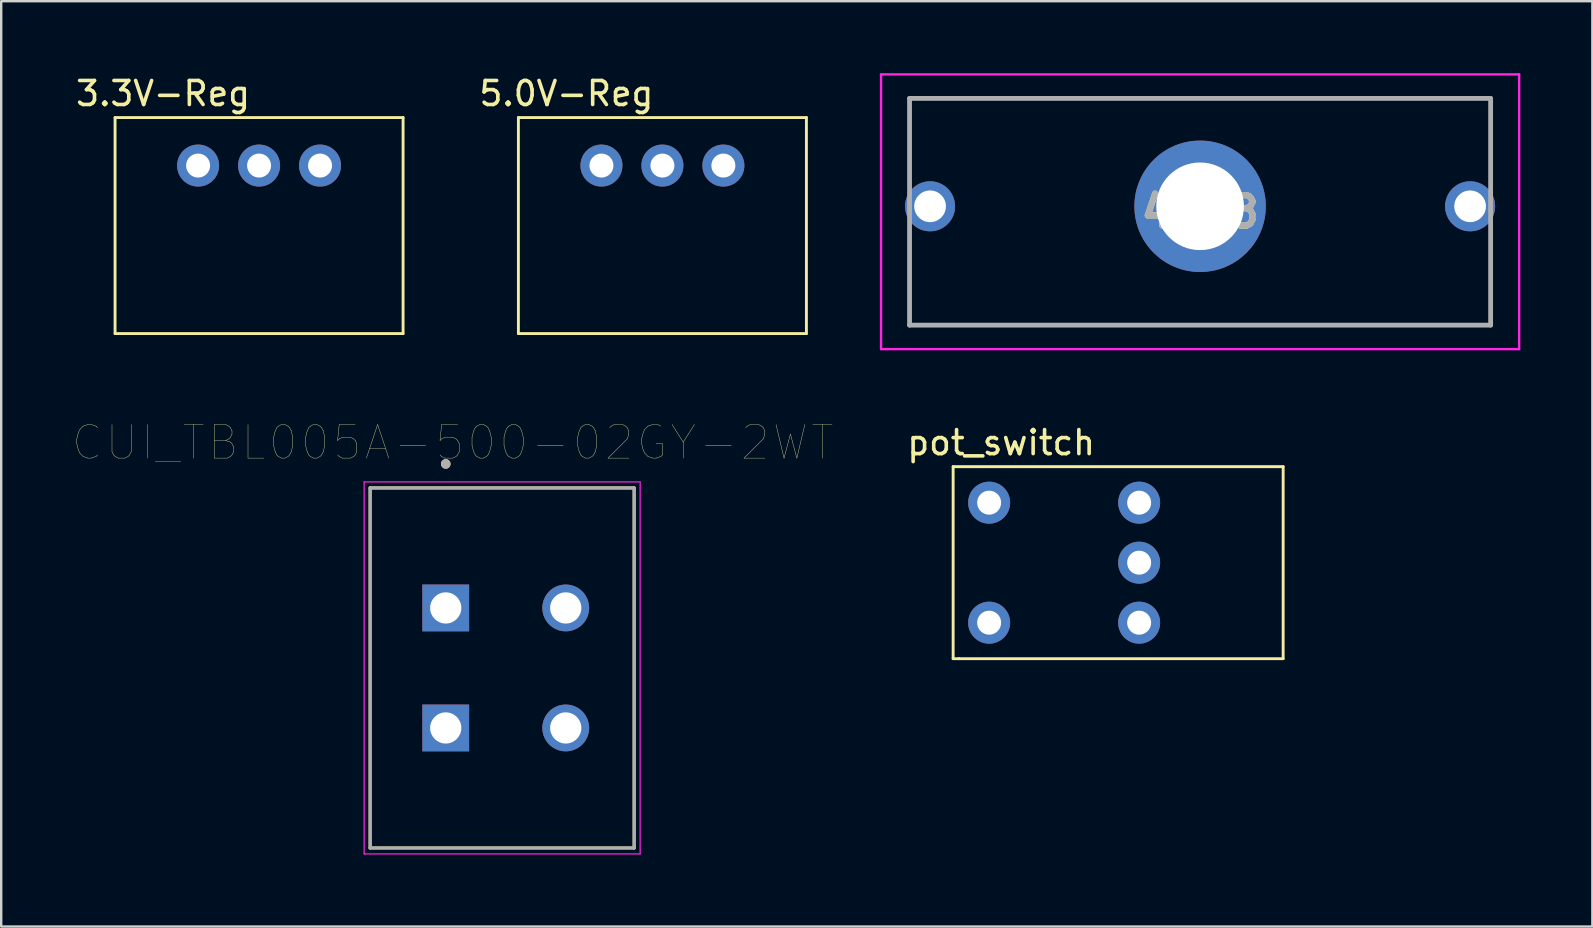
<source format=kicad_pcb>
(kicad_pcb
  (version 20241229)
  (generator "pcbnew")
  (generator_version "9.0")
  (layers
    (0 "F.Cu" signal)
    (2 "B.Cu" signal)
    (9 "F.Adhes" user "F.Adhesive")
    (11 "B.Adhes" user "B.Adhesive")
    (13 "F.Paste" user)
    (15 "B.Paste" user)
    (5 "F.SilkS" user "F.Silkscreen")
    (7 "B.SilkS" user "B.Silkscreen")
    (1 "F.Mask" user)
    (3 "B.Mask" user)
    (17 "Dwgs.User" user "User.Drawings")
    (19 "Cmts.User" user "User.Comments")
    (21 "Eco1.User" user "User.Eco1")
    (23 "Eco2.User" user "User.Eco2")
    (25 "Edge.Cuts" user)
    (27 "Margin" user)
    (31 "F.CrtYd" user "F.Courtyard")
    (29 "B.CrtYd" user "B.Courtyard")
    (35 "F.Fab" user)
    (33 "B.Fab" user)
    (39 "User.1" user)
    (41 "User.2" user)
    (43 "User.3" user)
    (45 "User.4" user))
  (footprint "pot_switch"
    (layer "F.Cu")
    (at 44.411 20.393)
    (property "Reference" "pot_switch" (at -5.75 -5 0) (layer "F.SilkS") (effects (font (size 1 1) (thickness 0.15))))
    (attr through_hole)
    (fp_line (start -7.75 -4) (end -7.75 4) (stroke (width 0.12) (type solid)) (layer "F.SilkS"))
    (fp_line (start -7.75 -4) (end 6 -4) (stroke (width 0.12) (type solid)) (layer "F.SilkS"))
    (fp_line (start -7.75 4) (end -7.5 4) (stroke (width 0.12) (type solid)) (layer "F.SilkS"))
    (fp_line (start 6 -4) (end 6 4) (stroke (width 0.12) (type solid)) (layer "F.SilkS"))
    (fp_line (start 6 4) (end -7.5 4) (stroke (width 0.12) (type solid)) (layer "F.SilkS"))
    (pad "1" thru_hole circle (at 0 2.5) (size 1.75 1.75) (drill 1) (layers "*.Cu" "*.Mask"))
    (pad "2" thru_hole circle (at 0 0) (size 1.75 1.75) (drill 1) (layers "*.Cu" "*.Mask"))
    (pad "3" thru_hole circle (at 0 -2.5) (size 1.75 1.75) (drill 1) (layers "*.Cu" "*.Mask"))
    (pad "4" thru_hole circle (at -6.25 2.5) (size 1.75 1.75) (drill 1) (layers "*.Cu" "*.Mask"))
    (pad "5" thru_hole circle (at -6.25 -2.5) (size 1.75 1.75) (drill 1) (layers "*.Cu" "*.Mask")))
  (footprint "3.3V-Reg"
    (layer "F.Cu")
    (at 7.744 3.848)
    (property "Reference" "3.3V-Reg" (at -4 -3 0) (layer "F.SilkS") (effects (font (size 1 1) (thickness 0.15))))
    (attr through_hole)
    (fp_line (start -6 -2) (end 6 -2) (stroke (width 0.12) (type solid)) (layer "F.SilkS"))
    (fp_line (start -6 7) (end -6 -2) (stroke (width 0.12) (type solid)) (layer "F.SilkS"))
    (fp_line (start 6 -2) (end 6 7) (stroke (width 0.12) (type solid)) (layer "F.SilkS"))
    (fp_line (start 6 7) (end -6 7) (stroke (width 0.12) (type solid)) (layer "F.SilkS"))
    (pad "1" thru_hole circle (at -2.54 0) (size 1.75 1.75) (drill 1) (layers "*.Cu" "*.Mask"))
    (pad "2" thru_hole circle (at 0 0) (size 1.75 1.75) (drill 1) (layers "*.Cu" "*.Mask"))
    (pad "3" thru_hole circle (at 2.54 0) (size 1.75 1.75) (drill 1) (layers "*.Cu" "*.Mask")))
  (footprint "5.0V-Reg"
    (layer "F.Cu")
    (at 24.548 3.848)
    (property "Reference" "5.0V-Reg" (at -4 -3 0) (layer "F.SilkS") (effects (font (size 1 1) (thickness 0.15))))
    (attr through_hole)
    (fp_line (start -6 -2) (end 6 -2) (stroke (width 0.12) (type solid)) (layer "F.SilkS"))
    (fp_line (start -6 7) (end -6 -2) (stroke (width 0.12) (type solid)) (layer "F.SilkS"))
    (fp_line (start 6 -2) (end 6 7) (stroke (width 0.12) (type solid)) (layer "F.SilkS"))
    (fp_line (start 6 7) (end -6 7) (stroke (width 0.12) (type solid)) (layer "F.SilkS"))
    (pad "1" thru_hole circle (at -2.54 0) (size 1.75 1.75) (drill 1) (layers "*.Cu" "*.Mask"))
    (pad "2" thru_hole circle (at 0 0) (size 1.75 1.75) (drill 1) (layers "*.Cu" "*.Mask"))
    (pad "3" thru_hole circle (at 2.54 0) (size 1.75 1.75) (drill 1) (layers "*.Cu" "*.Mask")))
  (footprint "CUI_TBL005A-500-02GY-2WT"
    (layer "F.Cu")
    (at 15.521 22.279)
    (property "Reference" "CUI_TBL005A-500-02GY-2WT" (at 0.295 -6.889 0) (layer "F.SilkS") (effects (font (size 1.4 1.4) (thickness 0.015))))
    (attr through_hole)
    (fp_line (start -3.15 -5) (end 7.85 -5) (stroke (width 0.127) (type solid)) (layer "F.SilkS"))
    (fp_line (start -3.15 10) (end -3.15 -5) (stroke (width 0.127) (type solid)) (layer "F.SilkS"))
    (fp_line (start 7.85 -5) (end 7.85 10) (stroke (width 0.127) (type solid)) (layer "F.SilkS"))
    (fp_line (start 7.85 10) (end -3.15 10) (stroke (width 0.127) (type solid)) (layer "F.SilkS"))
    (fp_circle (center 0 -6) (end 0.1 -6) (stroke (width 0.2) (type solid)) (fill no) (layer "F.SilkS"))
    (fp_line (start -3.4 -5.25) (end 8.1 -5.25) (stroke (width 0.05) (type solid)) (layer "F.CrtYd"))
    (fp_line (start -3.4 10.25) (end -3.4 -5.25) (stroke (width 0.05) (type solid)) (layer "F.CrtYd"))
    (fp_line (start 8.1 -5.25) (end 8.1 10.25) (stroke (width 0.05) (type solid)) (layer "F.CrtYd"))
    (fp_line (start 8.1 10.25) (end -3.4 10.25) (stroke (width 0.05) (type solid)) (layer "F.CrtYd"))
    (fp_line (start -3.15 -5) (end 7.85 -5) (stroke (width 0.127) (type solid)) (layer "F.Fab"))
    (fp_line (start -3.15 10) (end -3.15 -5) (stroke (width 0.127) (type solid)) (layer "F.Fab"))
    (fp_line (start 7.85 -5) (end 7.85 10) (stroke (width 0.127) (type solid)) (layer "F.Fab"))
    (fp_line (start 7.85 10) (end -3.15 10) (stroke (width 0.127) (type solid)) (layer "F.Fab"))
    (fp_circle (center 0 -6) (end 0.1 -6) (stroke (width 0.2) (type solid)) (fill no) (layer "F.Fab"))
    (pad "1" thru_hole rect (at 0 0) (size 1.95 1.95) (drill 1.3) (layers "*.Cu" "*.Mask"))
    (pad "1_B" thru_hole rect (at 0 5) (size 1.95 1.95) (drill 1.3) (layers "*.Cu" "*.Mask"))
    (pad "2" thru_hole circle (at 5 0) (size 1.95 1.95) (drill 1.3) (layers "*.Cu" "*.Mask"))
    (pad "2_B" thru_hole circle (at 5 5) (size 1.95 1.95) (drill 1.3) (layers "*.Cu" "*.Mask")))
  (footprint "4628"
    (layer "F.Cu")
    (at 35.7 5.545)
    (property "Reference" "4628" (at 11.25 0.228 0) (layer "F.SilkS") (effects (font (size 1.27 1.27) (thickness 0.254))))
    (attr through_hole)
    (fp_line (start -0.75 -4.495) (end 23.25 -4.495) (stroke (width 0.1) (type solid)) (layer "F.SilkS"))
    (fp_line (start -0.75 4.95) (end 23.25 4.95) (stroke (width 0.1) (type solid)) (layer "F.SilkS"))
    (fp_line (start -2.042 -5.495) (end 24.543 -5.495) (stroke (width 0.1) (type solid)) (layer "F.CrtYd"))
    (fp_line (start -2.042 5.95) (end -2.042 -5.495) (stroke (width 0.1) (type solid)) (layer "F.CrtYd"))
    (fp_line (start 24.543 -5.495) (end 24.543 5.95) (stroke (width 0.1) (type solid)) (layer "F.CrtYd"))
    (fp_line (start 24.543 5.95) (end -2.042 5.95) (stroke (width 0.1) (type solid)) (layer "F.CrtYd"))
    (fp_line (start -0.855 -4.495) (end 23.355 -4.495) (stroke (width 0.2) (type solid)) (layer "F.Fab"))
    (fp_line (start -0.855 4.95) (end -0.855 -4.495) (stroke (width 0.2) (type solid)) (layer "F.Fab"))
    (fp_line (start 23.355 -4.495) (end 23.355 4.95) (stroke (width 0.2) (type solid)) (layer "F.Fab"))
    (fp_line (start 23.355 4.95) (end -0.855 4.95) (stroke (width 0.2) (type solid)) (layer "F.Fab"))
    (fp_text user "${REFERENCE}" (at 11.25 0.228 0) (layer "F.Fab") (effects (font (size 1.27 1.27) (thickness 0.254))))
    (pad "1" thru_hole circle (at 0 0) (size 2.085 2.085) (drill 1.32) (layers "*.Cu" "*.Mask"))
    (pad "2" thru_hole circle (at 22.5 0) (size 2.085 2.085) (drill 1.32) (layers "*.Cu" "*.Mask"))
    (pad "MH1" thru_hole circle (at 11.25 0) (size 5.475 5.475) (drill 3.65) (layers "*.Cu" "*.Mask")))
  (gr_rect
    (start -3 -3)
    (end 63.293 35.554)
    (stroke (width 0.1) (type default))
    (fill no)
    (layer "Edge.Cuts")))
</source>
